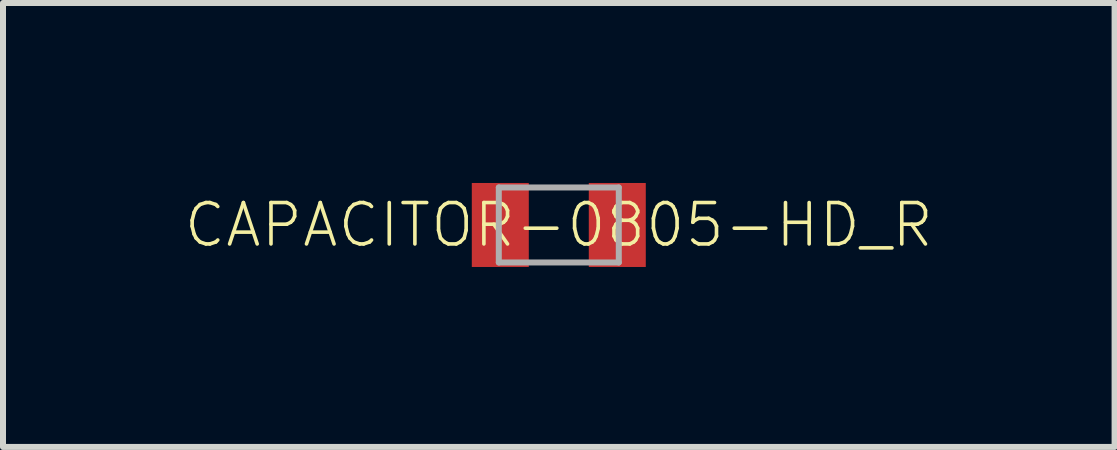
<source format=kicad_pcb>
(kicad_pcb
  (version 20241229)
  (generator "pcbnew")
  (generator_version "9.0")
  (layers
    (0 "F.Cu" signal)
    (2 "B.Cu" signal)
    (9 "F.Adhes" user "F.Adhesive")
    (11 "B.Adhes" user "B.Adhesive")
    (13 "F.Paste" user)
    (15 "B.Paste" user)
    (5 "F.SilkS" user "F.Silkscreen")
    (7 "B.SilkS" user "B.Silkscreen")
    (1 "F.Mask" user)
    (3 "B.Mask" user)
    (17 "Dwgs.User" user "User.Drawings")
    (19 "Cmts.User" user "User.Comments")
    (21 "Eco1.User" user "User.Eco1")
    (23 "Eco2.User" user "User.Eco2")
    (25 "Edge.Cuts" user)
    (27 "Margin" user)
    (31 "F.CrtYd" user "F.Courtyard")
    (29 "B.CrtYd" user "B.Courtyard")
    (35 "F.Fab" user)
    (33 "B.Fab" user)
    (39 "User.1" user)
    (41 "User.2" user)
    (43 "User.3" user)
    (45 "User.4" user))
  (footprint "CAPACITOR-0805-HD_R"
    (layer "F.Cu")
    (at 6.264 0.7)
    (property "Reference" "CAPACITOR-0805-HD_R" (at 0 0 0) (unlocked yes) (layer "F.SilkS") (effects (font (size 0.69 0.69) (thickness 0.06))))
    (fp_line (start -1 -0.625) (end 1 -0.625) (stroke (width 0.1) (type solid)) (layer "F.Fab"))
    (fp_line (start -1 0.625) (end -1 -0.625) (stroke (width 0.1) (type solid)) (layer "F.Fab"))
    (fp_line (start 1 -0.625) (end 1 0.625) (stroke (width 0.1) (type solid)) (layer "F.Fab"))
    (fp_line (start 1 0.625) (end -1 0.625) (stroke (width 0.1) (type solid)) (layer "F.Fab"))
    (pad "1" smd rect (at -0.975 0) (size 0.95 1.4) (layers "F.Cu" "F.Mask" "F.Paste"))
    (pad "2" smd rect (at 0.975 0) (size 0.95 1.4) (layers "F.Cu" "F.Mask" "F.Paste")))
  (gr_rect
    (start -3 -3)
    (end 15.528 4.4)
    (stroke (width 0.1) (type default))
    (fill no)
    (layer "Edge.Cuts")))
</source>
